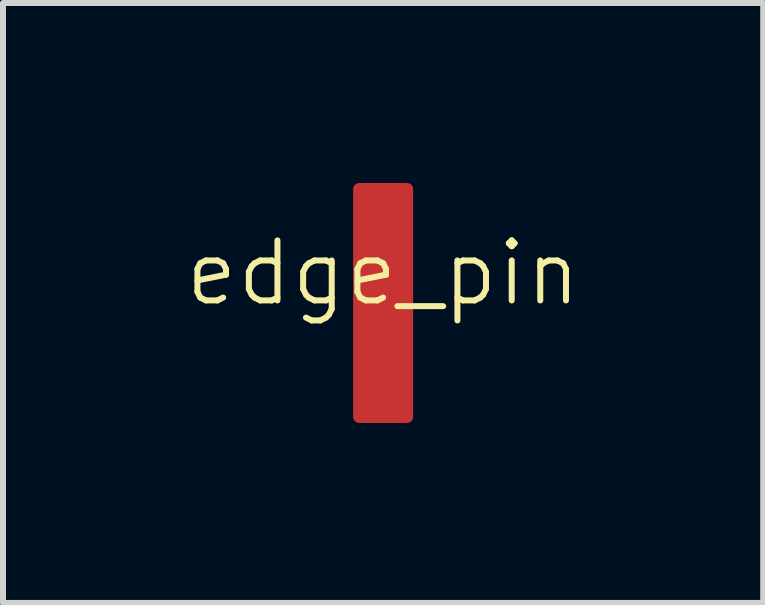
<source format=kicad_pcb>
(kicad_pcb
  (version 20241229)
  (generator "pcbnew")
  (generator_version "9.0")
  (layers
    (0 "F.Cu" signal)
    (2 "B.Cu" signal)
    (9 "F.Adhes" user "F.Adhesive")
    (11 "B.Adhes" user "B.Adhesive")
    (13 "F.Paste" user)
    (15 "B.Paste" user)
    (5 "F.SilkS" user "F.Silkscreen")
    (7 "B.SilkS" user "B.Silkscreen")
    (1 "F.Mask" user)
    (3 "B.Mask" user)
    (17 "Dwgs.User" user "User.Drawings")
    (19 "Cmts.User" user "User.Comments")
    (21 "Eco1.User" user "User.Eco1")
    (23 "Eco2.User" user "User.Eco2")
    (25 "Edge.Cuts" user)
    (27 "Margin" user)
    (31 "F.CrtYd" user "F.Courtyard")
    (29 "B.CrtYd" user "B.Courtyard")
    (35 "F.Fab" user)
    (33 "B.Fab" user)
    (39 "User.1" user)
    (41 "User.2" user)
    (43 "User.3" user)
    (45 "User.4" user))
  (footprint "edge_pin"
    (layer "F.Cu")
    (at 3.336 2)
    (property "Reference" "edge_pin" (at 0 -0.5 0) (unlocked yes) (layer "F.SilkS") (effects (font (size 1 1) (thickness 0.1))))
    (attr smd)
    (pad "1" smd roundrect (at 0 0 90) (size 4 1) (layers "F.Cu" "F.Mask" "F.Paste") (roundrect_rratio 0.1)))
  (gr_rect
    (start -3 -3)
    (end 9.671 7)
    (stroke (width 0.1) (type default))
    (fill no)
    (layer "Edge.Cuts")))
</source>
